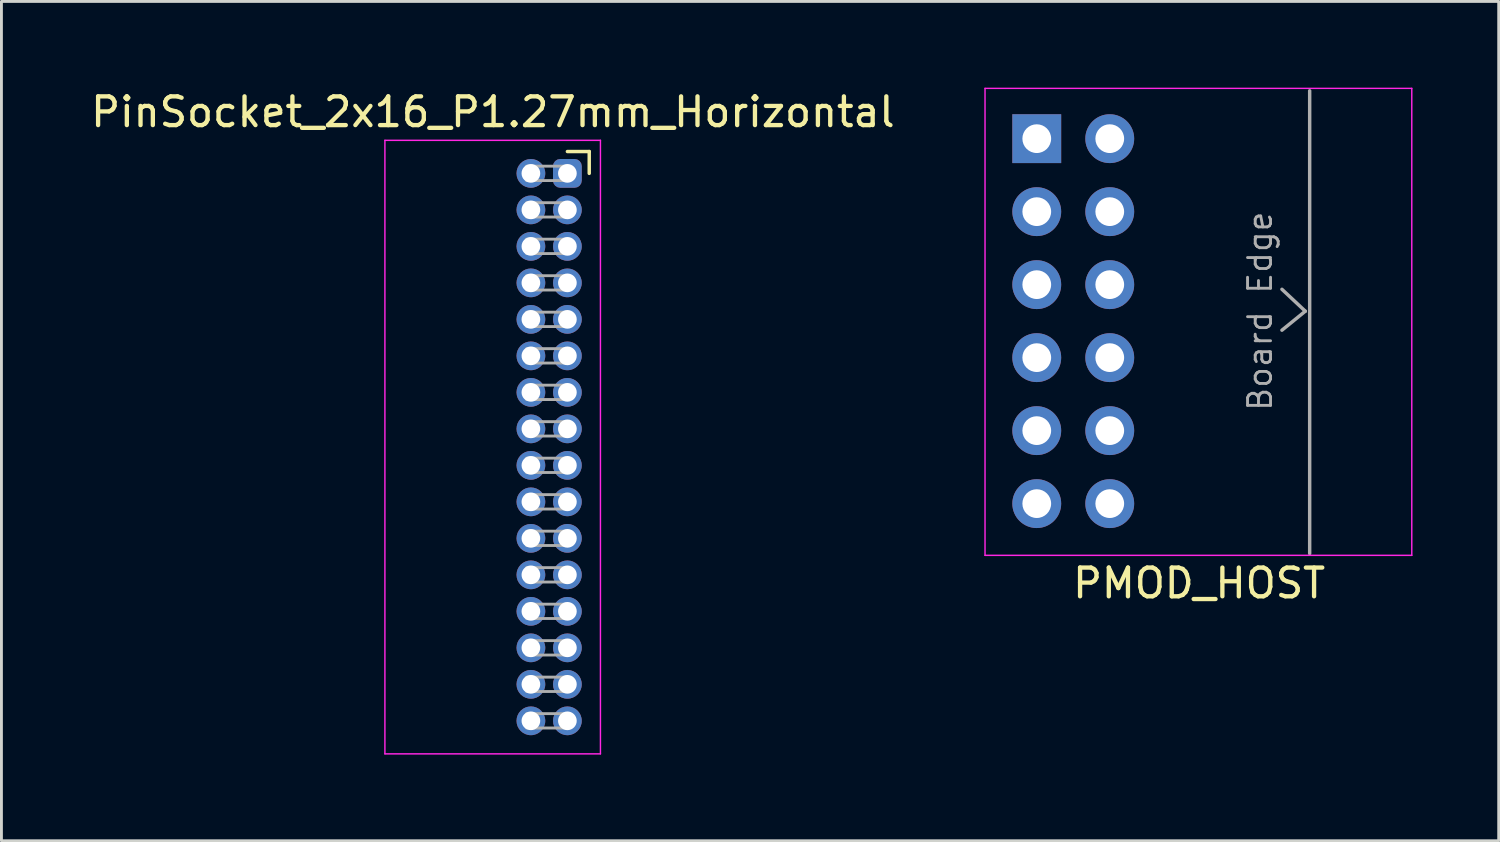
<source format=kicad_pcb>
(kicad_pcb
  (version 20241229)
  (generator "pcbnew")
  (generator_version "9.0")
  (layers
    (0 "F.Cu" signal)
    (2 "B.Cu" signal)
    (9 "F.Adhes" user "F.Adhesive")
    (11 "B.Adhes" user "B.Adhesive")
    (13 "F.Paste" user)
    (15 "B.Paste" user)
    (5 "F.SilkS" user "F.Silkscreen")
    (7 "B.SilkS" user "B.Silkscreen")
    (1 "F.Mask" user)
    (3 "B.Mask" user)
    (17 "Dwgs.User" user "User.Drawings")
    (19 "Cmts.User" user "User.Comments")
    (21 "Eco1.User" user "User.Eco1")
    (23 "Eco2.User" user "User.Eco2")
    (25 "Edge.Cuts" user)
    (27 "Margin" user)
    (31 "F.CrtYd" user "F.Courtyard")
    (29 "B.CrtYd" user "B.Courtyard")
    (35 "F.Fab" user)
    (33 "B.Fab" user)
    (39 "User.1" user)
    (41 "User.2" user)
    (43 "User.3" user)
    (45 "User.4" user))
  (footprint "PMOD_HOST"
    (layer "F.Cu")
    (at 38.358 8.135)
    (property "Reference" "PMOD_HOST" (at 0.319 9.11 180) (layer "F.SilkS") (effects (font (size 1 1) (thickness 0.15))))
    (attr through_hole)
    (fp_line (start -7.131 -8.11) (end -7.131 8.14) (stroke (width 0.05) (type solid)) (layer "F.CrtYd"))
    (fp_line (start -7.131 8.14) (end 7.719 8.14) (stroke (width 0.05) (type solid)) (layer "F.CrtYd"))
    (fp_line (start 7.719 -8.11) (end -7.131 -8.11) (stroke (width 0.05) (type solid)) (layer "F.CrtYd"))
    (fp_line (start 7.719 8.14) (end 7.719 -8.11) (stroke (width 0.05) (type solid)) (layer "F.CrtYd"))
    (fp_line (start 3.201 -1.118) (end 4.014 -0.356) (stroke (width 0.12) (type solid)) (layer "F.Fab"))
    (fp_line (start 4.014 -0.356) (end 3.201 0.305) (stroke (width 0.12) (type solid)) (layer "F.Fab"))
    (fp_line (start 4.166 8.077) (end 4.166 -8.026) (stroke (width 0.12) (type solid)) (layer "F.Fab"))
    (fp_text user "Board Edge" (at 2.439 -0.356 90) (layer "F.Fab") (effects (font (size 0.8 0.8) (thickness 0.1))))
    (pad "1" thru_hole rect (at -5.331 -6.36 180) (size 1.7 1.7) (drill 1) (layers "*.Cu" "*.Mask"))
    (pad "2" thru_hole oval (at -5.331 -3.82 180) (size 1.7 1.7) (drill 1) (layers "*.Cu" "*.Mask"))
    (pad "3" thru_hole oval (at -5.331 -1.28 180) (size 1.7 1.7) (drill 1) (layers "*.Cu" "*.Mask"))
    (pad "4" thru_hole oval (at -5.331 1.26 180) (size 1.7 1.7) (drill 1) (layers "*.Cu" "*.Mask"))
    (pad "5" thru_hole oval (at -5.331 3.8 180) (size 1.7 1.7) (drill 1) (layers "*.Cu" "*.Mask"))
    (pad "6" thru_hole oval (at -5.331 6.34 180) (size 1.7 1.7) (drill 1) (layers "*.Cu" "*.Mask"))
    (pad "7" thru_hole oval (at -2.791 -6.36 180) (size 1.7 1.7) (drill 1) (layers "*.Cu" "*.Mask"))
    (pad "8" thru_hole oval (at -2.791 -3.82 180) (size 1.7 1.7) (drill 1) (layers "*.Cu" "*.Mask"))
    (pad "9" thru_hole oval (at -2.791 -1.28 180) (size 1.7 1.7) (drill 1) (layers "*.Cu" "*.Mask"))
    (pad "10" thru_hole oval (at -2.791 1.26 180) (size 1.7 1.7) (drill 1) (layers "*.Cu" "*.Mask"))
    (pad "11" thru_hole oval (at -2.791 3.8 180) (size 1.7 1.7) (drill 1) (layers "*.Cu" "*.Mask"))
    (pad "12" thru_hole oval (at -2.791 6.34 180) (size 1.7 1.7) (drill 1) (layers "*.Cu" "*.Mask")))
  (footprint "PinSocket_2x16_P1.27mm_Horizontal"
    (layer "F.Cu")
    (at 16.694 2.983)
    (property "Reference" "PinSocket_2x16_P1.27mm_Horizontal" (at -2.592 -2.135 0) (layer "F.SilkS") (effects (font (size 1 1) (thickness 0.15))))
    (attr through_hole)
    (fp_line (start 0 -0.76) (end 0.76 -0.76) (stroke (width 0.12) (type solid)) (layer "F.SilkS"))
    (fp_line (start 0.76 -0.76) (end 0.76 0) (stroke (width 0.12) (type solid)) (layer "F.SilkS"))
    (fp_line (start -6.35 -1.15) (end -6.35 20.2) (stroke (width 0.05) (type solid)) (layer "F.CrtYd"))
    (fp_line (start -6.35 20.2) (end 1.15 20.2) (stroke (width 0.05) (type solid)) (layer "F.CrtYd"))
    (fp_line (start 1.15 -1.15) (end -6.35 -1.15) (stroke (width 0.05) (type solid)) (layer "F.CrtYd"))
    (fp_line (start 1.15 20.2) (end 1.15 -1.15) (stroke (width 0.05) (type solid)) (layer "F.CrtYd"))
    (fp_line (start -1.42 0.25) (end 0 0.25) (stroke (width 0.1) (type solid)) (layer "F.Fab"))
    (fp_line (start -1.42 1.52) (end 0 1.52) (stroke (width 0.1) (type solid)) (layer "F.Fab"))
    (fp_line (start -1.42 2.79) (end 0 2.79) (stroke (width 0.1) (type solid)) (layer "F.Fab"))
    (fp_line (start -1.42 4.06) (end 0 4.06) (stroke (width 0.1) (type solid)) (layer "F.Fab"))
    (fp_line (start -1.42 5.33) (end 0 5.33) (stroke (width 0.1) (type solid)) (layer "F.Fab"))
    (fp_line (start -1.42 6.6) (end 0 6.6) (stroke (width 0.1) (type solid)) (layer "F.Fab"))
    (fp_line (start -1.42 7.87) (end 0 7.87) (stroke (width 0.1) (type solid)) (layer "F.Fab"))
    (fp_line (start -1.42 9.14) (end 0 9.14) (stroke (width 0.1) (type solid)) (layer "F.Fab"))
    (fp_line (start -1.42 10.41) (end 0 10.41) (stroke (width 0.1) (type solid)) (layer "F.Fab"))
    (fp_line (start -1.42 11.68) (end 0 11.68) (stroke (width 0.1) (type solid)) (layer "F.Fab"))
    (fp_line (start -1.42 12.95) (end 0 12.95) (stroke (width 0.1) (type solid)) (layer "F.Fab"))
    (fp_line (start -1.42 14.22) (end 0 14.22) (stroke (width 0.1) (type solid)) (layer "F.Fab"))
    (fp_line (start -1.42 15.49) (end 0 15.49) (stroke (width 0.1) (type solid)) (layer "F.Fab"))
    (fp_line (start -1.42 16.76) (end 0 16.76) (stroke (width 0.1) (type solid)) (layer "F.Fab"))
    (fp_line (start -1.42 18.03) (end 0 18.03) (stroke (width 0.1) (type solid)) (layer "F.Fab"))
    (fp_line (start -1.42 19.3) (end 0 19.3) (stroke (width 0.1) (type solid)) (layer "F.Fab"))
    (fp_line (start 0 -0.25) (end -1.42 -0.25) (stroke (width 0.1) (type solid)) (layer "F.Fab"))
    (fp_line (start 0 0.25) (end 0 -0.25) (stroke (width 0.1) (type solid)) (layer "F.Fab"))
    (fp_line (start 0 1.02) (end -1.42 1.02) (stroke (width 0.1) (type solid)) (layer "F.Fab"))
    (fp_line (start 0 1.52) (end 0 1.02) (stroke (width 0.1) (type solid)) (layer "F.Fab"))
    (fp_line (start 0 2.29) (end -1.42 2.29) (stroke (width 0.1) (type solid)) (layer "F.Fab"))
    (fp_line (start 0 2.79) (end 0 2.29) (stroke (width 0.1) (type solid)) (layer "F.Fab"))
    (fp_line (start 0 3.56) (end -1.42 3.56) (stroke (width 0.1) (type solid)) (layer "F.Fab"))
    (fp_line (start 0 4.06) (end 0 3.56) (stroke (width 0.1) (type solid)) (layer "F.Fab"))
    (fp_line (start 0 4.83) (end -1.42 4.83) (stroke (width 0.1) (type solid)) (layer "F.Fab"))
    (fp_line (start 0 5.33) (end 0 4.83) (stroke (width 0.1) (type solid)) (layer "F.Fab"))
    (fp_line (start 0 6.1) (end -1.42 6.1) (stroke (width 0.1) (type solid)) (layer "F.Fab"))
    (fp_line (start 0 6.6) (end 0 6.1) (stroke (width 0.1) (type solid)) (layer "F.Fab"))
    (fp_line (start 0 7.37) (end -1.42 7.37) (stroke (width 0.1) (type solid)) (layer "F.Fab"))
    (fp_line (start 0 7.87) (end 0 7.37) (stroke (width 0.1) (type solid)) (layer "F.Fab"))
    (fp_line (start 0 8.64) (end -1.42 8.64) (stroke (width 0.1) (type solid)) (layer "F.Fab"))
    (fp_line (start 0 9.14) (end 0 8.64) (stroke (width 0.1) (type solid)) (layer "F.Fab"))
    (fp_line (start 0 9.91) (end -1.42 9.91) (stroke (width 0.1) (type solid)) (layer "F.Fab"))
    (fp_line (start 0 10.41) (end 0 9.91) (stroke (width 0.1) (type solid)) (layer "F.Fab"))
    (fp_line (start 0 11.18) (end -1.42 11.18) (stroke (width 0.1) (type solid)) (layer "F.Fab"))
    (fp_line (start 0 11.68) (end 0 11.18) (stroke (width 0.1) (type solid)) (layer "F.Fab"))
    (fp_line (start 0 12.45) (end -1.42 12.45) (stroke (width 0.1) (type solid)) (layer "F.Fab"))
    (fp_line (start 0 12.95) (end 0 12.45) (stroke (width 0.1) (type solid)) (layer "F.Fab"))
    (fp_line (start 0 13.72) (end -1.42 13.72) (stroke (width 0.1) (type solid)) (layer "F.Fab"))
    (fp_line (start 0 14.22) (end 0 13.72) (stroke (width 0.1) (type solid)) (layer "F.Fab"))
    (fp_line (start 0 14.99) (end -1.42 14.99) (stroke (width 0.1) (type solid)) (layer "F.Fab"))
    (fp_line (start 0 15.49) (end 0 14.99) (stroke (width 0.1) (type solid)) (layer "F.Fab"))
    (fp_line (start 0 16.26) (end -1.42 16.26) (stroke (width 0.1) (type solid)) (layer "F.Fab"))
    (fp_line (start 0 16.76) (end 0 16.26) (stroke (width 0.1) (type solid)) (layer "F.Fab"))
    (fp_line (start 0 17.53) (end -1.42 17.53) (stroke (width 0.1) (type solid)) (layer "F.Fab"))
    (fp_line (start 0 18.03) (end 0 17.53) (stroke (width 0.1) (type solid)) (layer "F.Fab"))
    (fp_line (start 0 18.8) (end -1.42 18.8) (stroke (width 0.1) (type solid)) (layer "F.Fab"))
    (fp_line (start 0 19.3) (end 0 18.8) (stroke (width 0.1) (type solid)) (layer "F.Fab"))
    (pad "1" thru_hole roundrect (at 0 0) (size 1 1) (drill 0.65) (layers "*.Cu" "*.Mask") (roundrect_rratio 0.25))
    (pad "2" thru_hole oval (at -1.27 0) (size 1 1) (drill 0.65) (layers "*.Cu" "*.Mask"))
    (pad "3" thru_hole oval (at 0 1.27) (size 1 1) (drill 0.65) (layers "*.Cu" "*.Mask"))
    (pad "4" thru_hole oval (at -1.27 1.27) (size 1 1) (drill 0.65) (layers "*.Cu" "*.Mask"))
    (pad "5" thru_hole oval (at 0 2.54) (size 1 1) (drill 0.65) (layers "*.Cu" "*.Mask"))
    (pad "6" thru_hole oval (at -1.27 2.54) (size 1 1) (drill 0.65) (layers "*.Cu" "*.Mask"))
    (pad "7" thru_hole oval (at 0 3.81) (size 1 1) (drill 0.65) (layers "*.Cu" "*.Mask"))
    (pad "8" thru_hole oval (at -1.27 3.81) (size 1 1) (drill 0.65) (layers "*.Cu" "*.Mask"))
    (pad "9" thru_hole oval (at 0 5.08) (size 1 1) (drill 0.65) (layers "*.Cu" "*.Mask"))
    (pad "10" thru_hole oval (at -1.27 5.08) (size 1 1) (drill 0.65) (layers "*.Cu" "*.Mask"))
    (pad "11" thru_hole oval (at 0 6.35) (size 1 1) (drill 0.65) (layers "*.Cu" "*.Mask"))
    (pad "12" thru_hole oval (at -1.27 6.35) (size 1 1) (drill 0.65) (layers "*.Cu" "*.Mask"))
    (pad "13" thru_hole oval (at 0 7.62) (size 1 1) (drill 0.65) (layers "*.Cu" "*.Mask"))
    (pad "14" thru_hole oval (at -1.27 7.62) (size 1 1) (drill 0.65) (layers "*.Cu" "*.Mask"))
    (pad "15" thru_hole oval (at 0 8.89) (size 1 1) (drill 0.65) (layers "*.Cu" "*.Mask"))
    (pad "16" thru_hole oval (at -1.27 8.89) (size 1 1) (drill 0.65) (layers "*.Cu" "*.Mask"))
    (pad "17" thru_hole oval (at 0 10.16) (size 1 1) (drill 0.65) (layers "*.Cu" "*.Mask"))
    (pad "18" thru_hole oval (at -1.27 10.16) (size 1 1) (drill 0.65) (layers "*.Cu" "*.Mask"))
    (pad "19" thru_hole oval (at 0 11.43) (size 1 1) (drill 0.65) (layers "*.Cu" "*.Mask"))
    (pad "20" thru_hole oval (at -1.27 11.43) (size 1 1) (drill 0.65) (layers "*.Cu" "*.Mask"))
    (pad "21" thru_hole oval (at 0 12.7) (size 1 1) (drill 0.65) (layers "*.Cu" "*.Mask"))
    (pad "22" thru_hole oval (at -1.27 12.7) (size 1 1) (drill 0.65) (layers "*.Cu" "*.Mask"))
    (pad "23" thru_hole oval (at 0 13.97) (size 1 1) (drill 0.65) (layers "*.Cu" "*.Mask"))
    (pad "24" thru_hole oval (at -1.27 13.97) (size 1 1) (drill 0.65) (layers "*.Cu" "*.Mask"))
    (pad "25" thru_hole oval (at 0 15.24) (size 1 1) (drill 0.65) (layers "*.Cu" "*.Mask"))
    (pad "26" thru_hole oval (at -1.27 15.24) (size 1 1) (drill 0.65) (layers "*.Cu" "*.Mask"))
    (pad "27" thru_hole oval (at 0 16.51) (size 1 1) (drill 0.65) (layers "*.Cu" "*.Mask"))
    (pad "28" thru_hole oval (at -1.27 16.51) (size 1 1) (drill 0.65) (layers "*.Cu" "*.Mask"))
    (pad "29" thru_hole oval (at 0 17.78) (size 1 1) (drill 0.65) (layers "*.Cu" "*.Mask"))
    (pad "30" thru_hole oval (at -1.27 17.78) (size 1 1) (drill 0.65) (layers "*.Cu" "*.Mask"))
    (pad "31" thru_hole oval (at 0 19.05) (size 1 1) (drill 0.65) (layers "*.Cu" "*.Mask"))
    (pad "32" thru_hole oval (at -1.27 19.05) (size 1 1) (drill 0.65) (layers "*.Cu" "*.Mask")))
  (gr_rect
    (start -3 -3)
    (end 49.102 26.208)
    (stroke (width 0.1) (type default))
    (fill no)
    (layer "Edge.Cuts")))
</source>
